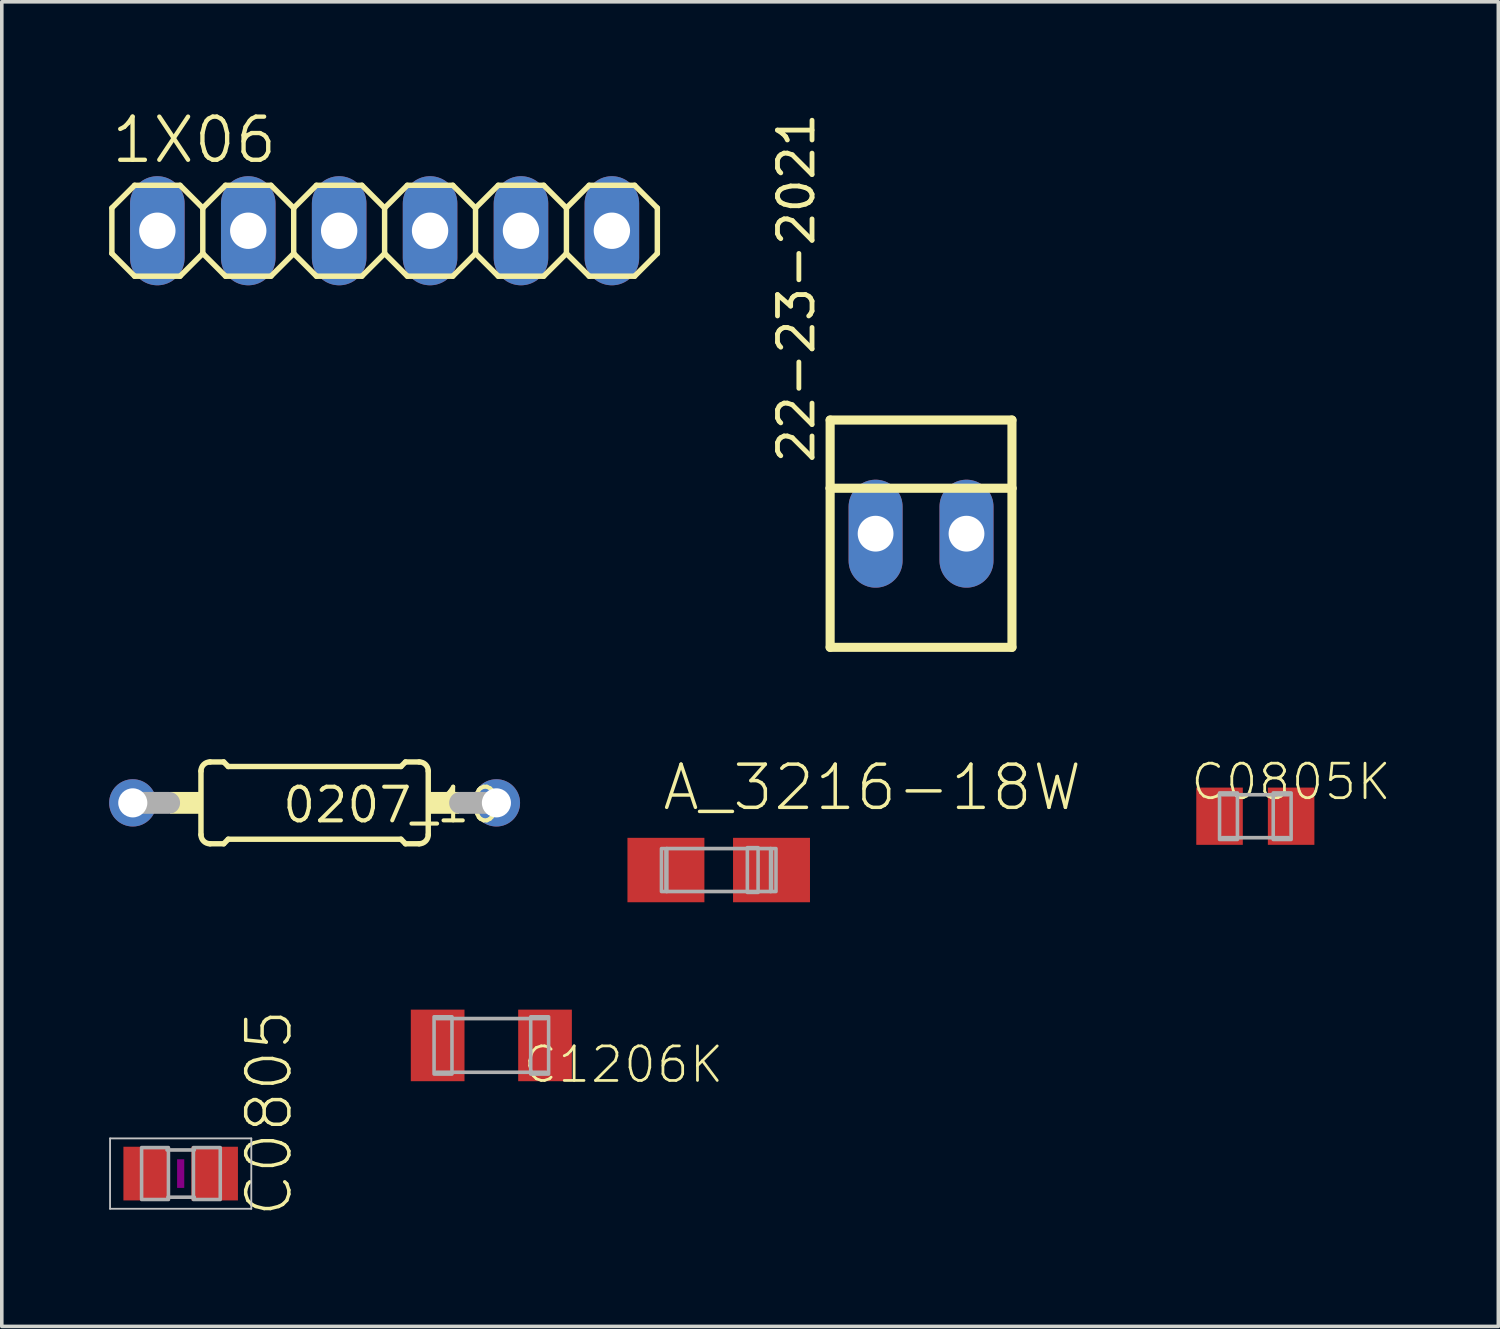
<source format=kicad_pcb>
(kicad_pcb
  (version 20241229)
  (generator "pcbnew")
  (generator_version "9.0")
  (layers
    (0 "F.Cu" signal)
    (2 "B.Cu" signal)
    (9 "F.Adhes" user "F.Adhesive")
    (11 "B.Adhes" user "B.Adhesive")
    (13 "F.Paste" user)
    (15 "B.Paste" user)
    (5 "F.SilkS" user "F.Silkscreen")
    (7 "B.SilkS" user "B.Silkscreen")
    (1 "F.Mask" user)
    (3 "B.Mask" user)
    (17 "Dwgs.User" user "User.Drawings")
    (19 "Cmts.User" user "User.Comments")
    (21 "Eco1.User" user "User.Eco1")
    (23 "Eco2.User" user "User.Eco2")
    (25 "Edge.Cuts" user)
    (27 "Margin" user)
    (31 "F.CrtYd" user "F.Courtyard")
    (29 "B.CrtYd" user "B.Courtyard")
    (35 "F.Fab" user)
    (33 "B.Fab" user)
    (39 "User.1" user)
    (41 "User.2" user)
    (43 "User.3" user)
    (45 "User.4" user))
  (footprint "1X06"
    (layer "F.Cu")
    (at 7.696 3.397)
    (property "Reference" "1X06" (at -7.696 -1.829 180) (layer "F.SilkS") (effects (font (size 1.206 1.206) (thickness 0.121)) (justify left bottom)))
    (attr through_hole)
    (fp_line (start -7.62 -0.635) (end -7.62 0.635) (stroke (width 0.152) (type solid)) (layer "F.SilkS"))
    (fp_line (start -7.62 0.635) (end -6.985 1.27) (stroke (width 0.152) (type solid)) (layer "F.SilkS"))
    (fp_line (start -6.985 -1.27) (end -7.62 -0.635) (stroke (width 0.152) (type solid)) (layer "F.SilkS"))
    (fp_line (start -6.985 -1.27) (end -5.715 -1.27) (stroke (width 0.152) (type solid)) (layer "F.SilkS"))
    (fp_line (start -5.715 -1.27) (end -5.08 -0.635) (stroke (width 0.152) (type solid)) (layer "F.SilkS"))
    (fp_line (start -5.715 1.27) (end -6.985 1.27) (stroke (width 0.152) (type solid)) (layer "F.SilkS"))
    (fp_line (start -5.08 -0.635) (end -5.08 0.635) (stroke (width 0.152) (type solid)) (layer "F.SilkS"))
    (fp_line (start -5.08 -0.635) (end -4.445 -1.27) (stroke (width 0.152) (type solid)) (layer "F.SilkS"))
    (fp_line (start -5.08 0.635) (end -5.715 1.27) (stroke (width 0.152) (type solid)) (layer "F.SilkS"))
    (fp_line (start -4.445 -1.27) (end -3.175 -1.27) (stroke (width 0.152) (type solid)) (layer "F.SilkS"))
    (fp_line (start -4.445 1.27) (end -5.08 0.635) (stroke (width 0.152) (type solid)) (layer "F.SilkS"))
    (fp_line (start -3.175 -1.27) (end -2.54 -0.635) (stroke (width 0.152) (type solid)) (layer "F.SilkS"))
    (fp_line (start -3.175 1.27) (end -4.445 1.27) (stroke (width 0.152) (type solid)) (layer "F.SilkS"))
    (fp_line (start -2.54 -0.635) (end -2.54 0.635) (stroke (width 0.152) (type solid)) (layer "F.SilkS"))
    (fp_line (start -2.54 -0.635) (end -1.905 -1.27) (stroke (width 0.152) (type solid)) (layer "F.SilkS"))
    (fp_line (start -2.54 0.635) (end -3.175 1.27) (stroke (width 0.152) (type solid)) (layer "F.SilkS"))
    (fp_line (start -1.905 -1.27) (end -0.635 -1.27) (stroke (width 0.152) (type solid)) (layer "F.SilkS"))
    (fp_line (start -1.905 1.27) (end -2.54 0.635) (stroke (width 0.152) (type solid)) (layer "F.SilkS"))
    (fp_line (start -0.635 -1.27) (end 0 -0.635) (stroke (width 0.152) (type solid)) (layer "F.SilkS"))
    (fp_line (start -0.635 1.27) (end -1.905 1.27) (stroke (width 0.152) (type solid)) (layer "F.SilkS"))
    (fp_line (start 0 -0.635) (end 0 0.635) (stroke (width 0.152) (type solid)) (layer "F.SilkS"))
    (fp_line (start 0 0.635) (end -0.635 1.27) (stroke (width 0.152) (type solid)) (layer "F.SilkS"))
    (fp_line (start 0 0.635) (end 0.635 1.27) (stroke (width 0.152) (type solid)) (layer "F.SilkS"))
    (fp_line (start 0.635 -1.27) (end 0 -0.635) (stroke (width 0.152) (type solid)) (layer "F.SilkS"))
    (fp_line (start 0.635 -1.27) (end 1.905 -1.27) (stroke (width 0.152) (type solid)) (layer "F.SilkS"))
    (fp_line (start 1.905 -1.27) (end 2.54 -0.635) (stroke (width 0.152) (type solid)) (layer "F.SilkS"))
    (fp_line (start 1.905 1.27) (end 0.635 1.27) (stroke (width 0.152) (type solid)) (layer "F.SilkS"))
    (fp_line (start 2.54 -0.635) (end 2.54 0.635) (stroke (width 0.152) (type solid)) (layer "F.SilkS"))
    (fp_line (start 2.54 -0.635) (end 3.175 -1.27) (stroke (width 0.152) (type solid)) (layer "F.SilkS"))
    (fp_line (start 2.54 0.635) (end 1.905 1.27) (stroke (width 0.152) (type solid)) (layer "F.SilkS"))
    (fp_line (start 3.175 -1.27) (end 4.445 -1.27) (stroke (width 0.152) (type solid)) (layer "F.SilkS"))
    (fp_line (start 3.175 1.27) (end 2.54 0.635) (stroke (width 0.152) (type solid)) (layer "F.SilkS"))
    (fp_line (start 4.445 -1.27) (end 5.08 -0.635) (stroke (width 0.152) (type solid)) (layer "F.SilkS"))
    (fp_line (start 4.445 1.27) (end 3.175 1.27) (stroke (width 0.152) (type solid)) (layer "F.SilkS"))
    (fp_line (start 5.08 -0.635) (end 5.08 0.635) (stroke (width 0.152) (type solid)) (layer "F.SilkS"))
    (fp_line (start 5.08 0.635) (end 4.445 1.27) (stroke (width 0.152) (type solid)) (layer "F.SilkS"))
    (fp_line (start 5.08 0.635) (end 5.715 1.27) (stroke (width 0.152) (type solid)) (layer "F.SilkS"))
    (fp_line (start 5.715 -1.27) (end 5.08 -0.635) (stroke (width 0.152) (type solid)) (layer "F.SilkS"))
    (fp_line (start 5.715 -1.27) (end 6.985 -1.27) (stroke (width 0.152) (type solid)) (layer "F.SilkS"))
    (fp_line (start 6.985 -1.27) (end 7.62 -0.635) (stroke (width 0.152) (type solid)) (layer "F.SilkS"))
    (fp_line (start 6.985 1.27) (end 5.715 1.27) (stroke (width 0.152) (type solid)) (layer "F.SilkS"))
    (fp_line (start 7.62 -0.635) (end 7.62 0.635) (stroke (width 0.152) (type solid)) (layer "F.SilkS"))
    (fp_line (start 7.62 0.635) (end 6.985 1.27) (stroke (width 0.152) (type solid)) (layer "F.SilkS"))
    (fp_poly (pts (xy -6.604 0.254) (xy -6.096 0.254) (xy -6.096 -0.254) (xy -6.604 -0.254)) (stroke (width 0.1) (type solid)) (fill no) (layer "F.Fab"))
    (fp_poly (pts (xy -4.064 0.254) (xy -3.556 0.254) (xy -3.556 -0.254) (xy -4.064 -0.254)) (stroke (width 0.1) (type solid)) (fill no) (layer "F.Fab"))
    (fp_poly (pts (xy -1.524 0.254) (xy -1.016 0.254) (xy -1.016 -0.254) (xy -1.524 -0.254)) (stroke (width 0.1) (type solid)) (fill no) (layer "F.Fab"))
    (fp_poly (pts (xy 1.016 0.254) (xy 1.524 0.254) (xy 1.524 -0.254) (xy 1.016 -0.254)) (stroke (width 0.1) (type solid)) (fill no) (layer "F.Fab"))
    (fp_poly (pts (xy 3.556 0.254) (xy 4.064 0.254) (xy 4.064 -0.254) (xy 3.556 -0.254)) (stroke (width 0.1) (type solid)) (fill no) (layer "F.Fab"))
    (fp_poly (pts (xy 6.096 0.254) (xy 6.604 0.254) (xy 6.604 -0.254) (xy 6.096 -0.254)) (stroke (width 0.1) (type solid)) (fill no) (layer "F.Fab"))
    (pad "1" thru_hole oval (at -6.35 0 90) (size 3.048 1.524) (drill 1.016) (layers "*.Cu" "*.Mask"))
    (pad "2" thru_hole oval (at -3.81 0 90) (size 3.048 1.524) (drill 1.016) (layers "*.Cu" "*.Mask"))
    (pad "3" thru_hole oval (at -1.27 0 90) (size 3.048 1.524) (drill 1.016) (layers "*.Cu" "*.Mask"))
    (pad "4" thru_hole oval (at 1.27 0 90) (size 3.048 1.524) (drill 1.016) (layers "*.Cu" "*.Mask"))
    (pad "5" thru_hole oval (at 3.81 0 90) (size 3.048 1.524) (drill 1.016) (layers "*.Cu" "*.Mask"))
    (pad "6" thru_hole oval (at 6.35 0 90) (size 3.048 1.524) (drill 1.016) (layers "*.Cu" "*.Mask")))
  (footprint "0207_10"
    (layer "F.Cu")
    (at 5.74 19.382)
    (property "Reference" "0207_10" (at -0.953 0.61 0) (layer "F.SilkS") (effects (font (size 0.941 0.941) (thickness 0.113)) (justify left bottom)))
    (attr through_hole)
    (fp_line (start -3.175 0.889) (end -3.175 -0.889) (stroke (width 0.152) (type solid)) (layer "F.SilkS"))
    (fp_line (start -2.921 -1.143) (end -2.54 -1.143) (stroke (width 0.152) (type solid)) (layer "F.SilkS"))
    (fp_line (start -2.921 1.143) (end -2.54 1.143) (stroke (width 0.152) (type solid)) (layer "F.SilkS"))
    (fp_line (start -2.413 -1.016) (end -2.54 -1.143) (stroke (width 0.152) (type solid)) (layer "F.SilkS"))
    (fp_line (start -2.413 1.016) (end -2.54 1.143) (stroke (width 0.152) (type solid)) (layer "F.SilkS"))
    (fp_line (start 2.413 -1.016) (end -2.413 -1.016) (stroke (width 0.152) (type solid)) (layer "F.SilkS"))
    (fp_line (start 2.413 -1.016) (end 2.54 -1.143) (stroke (width 0.152) (type solid)) (layer "F.SilkS"))
    (fp_line (start 2.413 1.016) (end -2.413 1.016) (stroke (width 0.152) (type solid)) (layer "F.SilkS"))
    (fp_line (start 2.413 1.016) (end 2.54 1.143) (stroke (width 0.152) (type solid)) (layer "F.SilkS"))
    (fp_line (start 2.921 -1.143) (end 2.54 -1.143) (stroke (width 0.152) (type solid)) (layer "F.SilkS"))
    (fp_line (start 2.921 1.143) (end 2.54 1.143) (stroke (width 0.152) (type solid)) (layer "F.SilkS"))
    (fp_line (start 3.175 0.889) (end 3.175 -0.889) (stroke (width 0.152) (type solid)) (layer "F.SilkS"))
    (fp_arc (start -3.175 -0.889) (mid -3.100605 -1.068605) (end -2.921 -1.143) (stroke (width 0.1524) (type solid)) (layer "F.SilkS"))
    (fp_arc (start -2.921 1.143) (mid -3.100605 1.068605) (end -3.175 0.889) (stroke (width 0.1524) (type solid)) (layer "F.SilkS"))
    (fp_arc (start 2.921 -1.143) (mid 3.100605 -1.068605) (end 3.175 -0.889) (stroke (width 0.1524) (type solid)) (layer "F.SilkS"))
    (fp_arc (start 3.175 0.889) (mid 3.100605 1.068605) (end 2.921 1.143) (stroke (width 0.1524) (type solid)) (layer "F.SilkS"))
    (fp_poly (pts (xy -4.039 0.305) (xy -3.175 0.305) (xy -3.175 -0.305) (xy -4.039 -0.305)) (stroke (width 0) (type solid)) (fill yes) (layer "F.SilkS"))
    (fp_poly (pts (xy 3.175 0.305) (xy 4.039 0.305) (xy 4.039 -0.305) (xy 3.175 -0.305)) (stroke (width 0) (type solid)) (fill yes) (layer "F.SilkS"))
    (fp_line (start -5.08 0) (end -4.064 0) (stroke (width 0.61) (type solid)) (layer "F.Fab"))
    (fp_line (start 5.08 0) (end 4.064 0) (stroke (width 0.61) (type solid)) (layer "F.Fab"))
    (pad "1" thru_hole circle (at -5.08 0) (size 1.321 1.321) (drill 0.813) (layers "*.Cu" "*.Mask"))
    (pad "2" thru_hole circle (at 5.08 0 180) (size 1.321 1.321) (drill 0.813) (layers "*.Cu" "*.Mask")))
  (footprint "C0805K"
    (layer "F.Cu")
    (at 32.024 19.755)
    (property "Reference" "C0805K" (at -1.857 -0.395 180) (layer "F.SilkS") (effects (font (size 0.965 0.965) (thickness 0.077)) (justify left bottom)))
    (attr through_hole)
    (fp_line (start -0.925 -0.6) (end 0.925 -0.6) (stroke (width 0.102) (type solid)) (layer "F.Fab"))
    (fp_line (start 0.925 0.6) (end -0.925 0.6) (stroke (width 0.102) (type solid)) (layer "F.Fab"))
    (fp_poly (pts (xy -1 0.65) (xy -0.5 0.65) (xy -0.5 -0.65) (xy -1 -0.65)) (stroke (width 0.1) (type solid)) (fill no) (layer "F.Fab"))
    (fp_poly (pts (xy 0.5 0.65) (xy 1 0.65) (xy 1 -0.65) (xy 0.5 -0.65)) (stroke (width 0.1) (type solid)) (fill no) (layer "F.Fab"))
    (pad "1" smd rect (at -1 0) (size 1.3 1.6) (layers "F.Cu" "F.Mask" "F.Paste"))
    (pad "2" smd rect (at 1 0) (size 1.3 1.6) (layers "F.Cu" "F.Mask" "F.Paste")))
  (footprint "A_3216-18W"
    (layer "F.Cu")
    (at 17.031 21.259)
    (property "Reference" "A_3216-18W" (at -1.633 -1.6 180) (layer "F.SilkS") (effects (font (size 1.206 1.206) (thickness 0.097)) (justify left bottom)))
    (attr through_hole)
    (fp_line (start -1.45 -0.6) (end 1.45 -0.6) (stroke (width 0.102) (type solid)) (layer "F.Fab"))
    (fp_line (start -1.45 0.6) (end -1.45 -0.6) (stroke (width 0.102) (type solid)) (layer "F.Fab"))
    (fp_line (start 1.45 -0.6) (end 1.45 0.6) (stroke (width 0.102) (type solid)) (layer "F.Fab"))
    (fp_line (start 1.45 0.6) (end -1.45 0.6) (stroke (width 0.102) (type solid)) (layer "F.Fab"))
    (fp_poly (pts (xy -1.6 0.6) (xy -1.475 0.6) (xy -1.475 -0.6) (xy -1.6 -0.6)) (stroke (width 0.1) (type solid)) (fill no) (layer "F.Fab"))
    (fp_poly (pts (xy 0.8 0.625) (xy 1.1 0.625) (xy 1.1 -0.625) (xy 0.8 -0.625)) (stroke (width 0.1) (type solid)) (fill no) (layer "F.Fab"))
    (fp_poly (pts (xy 1.475 0.6) (xy 1.6 0.6) (xy 1.6 -0.6) (xy 1.475 -0.6)) (stroke (width 0.1) (type solid)) (fill no) (layer "F.Fab"))
    (pad "+" smd rect (at 1.475 0) (size 2.15 1.8) (layers "F.Cu" "F.Mask" "F.Paste"))
    (pad "-" smd rect (at -1.475 0) (size 2.15 1.8) (layers "F.Cu" "F.Mask" "F.Paste")))
  (footprint "22-23-2021"
    (layer "F.Cu")
    (at 22.684 11.861)
    (property "Reference" "22-23-2021" (at -2.921 -1.905 90) (layer "F.SilkS") (effects (font (size 0.965 0.965) (thickness 0.135)) (justify left bottom)))
    (attr through_hole)
    (fp_line (start -2.54 -3.175) (end 2.54 -3.175) (stroke (width 0.254) (type solid)) (layer "F.SilkS"))
    (fp_line (start -2.54 -1.27) (end -2.54 -3.175) (stroke (width 0.254) (type solid)) (layer "F.SilkS"))
    (fp_line (start -2.54 -1.27) (end 2.54 -1.27) (stroke (width 0.254) (type solid)) (layer "F.SilkS"))
    (fp_line (start -2.54 3.175) (end -2.54 -1.27) (stroke (width 0.254) (type solid)) (layer "F.SilkS"))
    (fp_line (start 2.54 -3.175) (end 2.54 -1.27) (stroke (width 0.254) (type solid)) (layer "F.SilkS"))
    (fp_line (start 2.54 -1.27) (end 2.54 3.175) (stroke (width 0.254) (type solid)) (layer "F.SilkS"))
    (fp_line (start 2.54 3.175) (end -2.54 3.175) (stroke (width 0.254) (type solid)) (layer "F.SilkS"))
    (pad "1" thru_hole oval (at -1.27 0 90) (size 3.016 1.508) (drill 1) (layers "*.Cu" "*.Mask"))
    (pad "2" thru_hole oval (at 1.27 0 90) (size 3.016 1.508) (drill 1) (layers "*.Cu" "*.Mask")))
  (footprint "C1206K"
    (layer "F.Cu")
    (at 10.678 26.159)
    (property "Reference" "C1206K" (at 0.838 1.1 0) (layer "F.SilkS") (effects (font (size 0.965 0.965) (thickness 0.077)) (justify left bottom)))
    (attr through_hole)
    (fp_line (start -1.525 -0.75) (end 1.525 -0.75) (stroke (width 0.102) (type solid)) (layer "F.Fab"))
    (fp_line (start 1.525 0.75) (end -1.525 0.75) (stroke (width 0.102) (type solid)) (layer "F.Fab"))
    (fp_poly (pts (xy -1.6 0.8) (xy -1.1 0.8) (xy -1.1 -0.8) (xy -1.6 -0.8)) (stroke (width 0.1) (type solid)) (fill no) (layer "F.Fab"))
    (fp_poly (pts (xy 1.1 0.8) (xy 1.6 0.8) (xy 1.6 -0.8) (xy 1.1 -0.8)) (stroke (width 0.1) (type solid)) (fill no) (layer "F.Fab"))
    (pad "1" smd rect (at -1.5 0) (size 1.5 2) (layers "F.Cu" "F.Mask" "F.Paste"))
    (pad "2" smd rect (at 1.5 0) (size 1.5 2) (layers "F.Cu" "F.Mask" "F.Paste")))
  (footprint "C0805"
    (layer "F.Cu")
    (at 1.998 29.74)
    (property "Reference" "C0805" (at 3.175 1.27 90) (layer "F.SilkS") (effects (font (size 1.206 1.206) (thickness 0.097)) (justify left bottom)))
    (attr through_hole)
    (fp_poly (pts (xy -0.1 0.4) (xy 0.1 0.4) (xy 0.1 -0.4) (xy -0.1 -0.4)) (stroke (width 0) (type solid)) (fill yes) (layer "F.Adhes"))
    (fp_line (start -1.973 -0.983) (end 1.973 -0.983) (stroke (width 0.051) (type solid)) (layer "Dwgs.User"))
    (fp_line (start -1.973 0.983) (end -1.973 -0.983) (stroke (width 0.051) (type solid)) (layer "Dwgs.User"))
    (fp_line (start 1.973 -0.983) (end 1.973 0.983) (stroke (width 0.051) (type solid)) (layer "Dwgs.User"))
    (fp_line (start 1.973 0.983) (end -1.973 0.983) (stroke (width 0.051) (type solid)) (layer "Dwgs.User"))
    (fp_line (start -0.381 -0.66) (end 0.381 -0.66) (stroke (width 0.102) (type solid)) (layer "F.Fab"))
    (fp_line (start -0.356 0.66) (end 0.381 0.66) (stroke (width 0.102) (type solid)) (layer "F.Fab"))
    (fp_poly (pts (xy -1.092 0.724) (xy -0.342 0.724) (xy -0.342 -0.726) (xy -1.092 -0.726)) (stroke (width 0.1) (type solid)) (fill no) (layer "F.Fab"))
    (fp_poly (pts (xy 0.356 0.724) (xy 1.106 0.724) (xy 1.106 -0.726) (xy 0.356 -0.726)) (stroke (width 0.1) (type solid)) (fill no) (layer "F.Fab"))
    (pad "1" smd rect (at -0.95 0) (size 1.3 1.5) (layers "F.Cu" "F.Mask" "F.Paste"))
    (pad "2" smd rect (at 0.95 0) (size 1.3 1.5) (layers "F.Cu" "F.Mask" "F.Paste")))
  (gr_rect
    (start -3 -3)
    (end 38.813 34.01)
    (stroke (width 0.1) (type default))
    (fill no)
    (layer "Edge.Cuts")))
</source>
